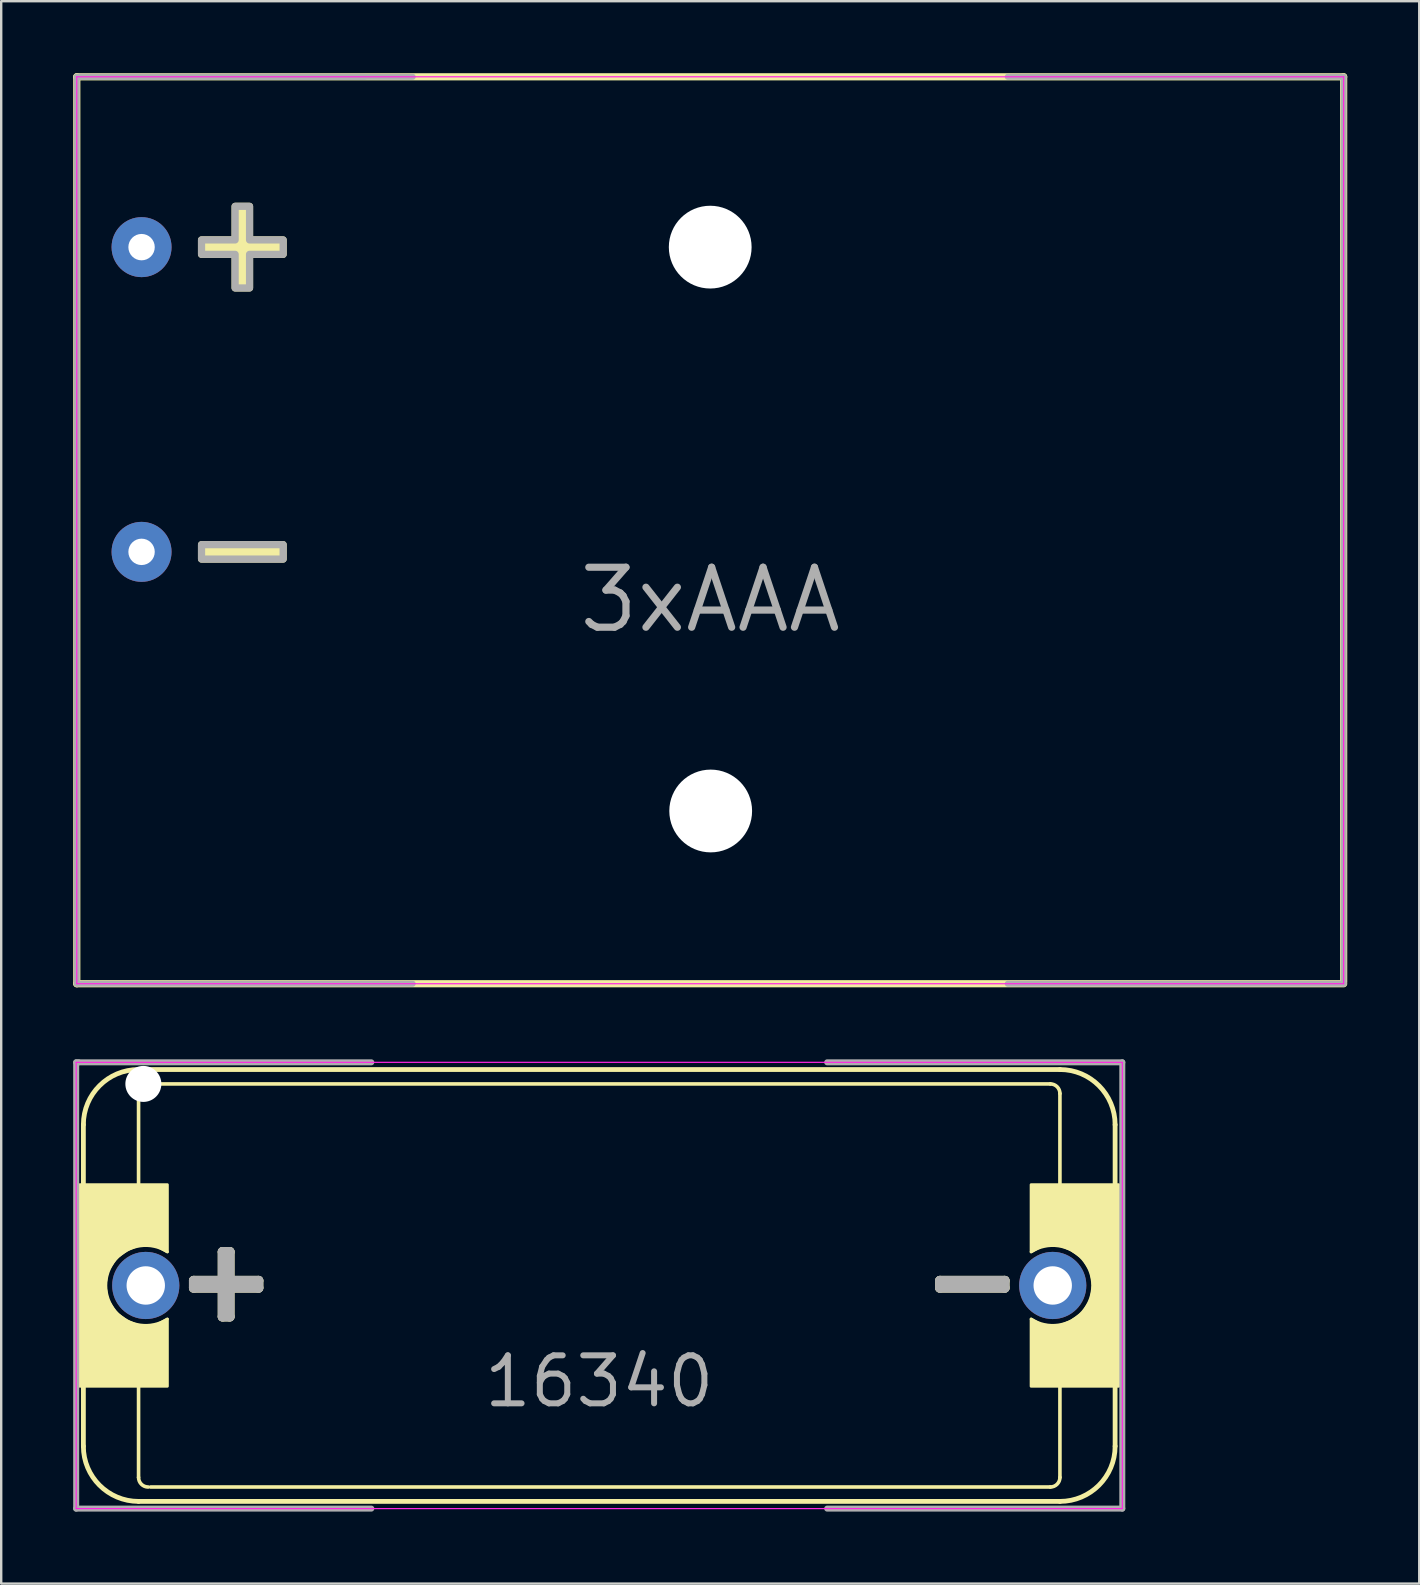
<source format=kicad_pcb>
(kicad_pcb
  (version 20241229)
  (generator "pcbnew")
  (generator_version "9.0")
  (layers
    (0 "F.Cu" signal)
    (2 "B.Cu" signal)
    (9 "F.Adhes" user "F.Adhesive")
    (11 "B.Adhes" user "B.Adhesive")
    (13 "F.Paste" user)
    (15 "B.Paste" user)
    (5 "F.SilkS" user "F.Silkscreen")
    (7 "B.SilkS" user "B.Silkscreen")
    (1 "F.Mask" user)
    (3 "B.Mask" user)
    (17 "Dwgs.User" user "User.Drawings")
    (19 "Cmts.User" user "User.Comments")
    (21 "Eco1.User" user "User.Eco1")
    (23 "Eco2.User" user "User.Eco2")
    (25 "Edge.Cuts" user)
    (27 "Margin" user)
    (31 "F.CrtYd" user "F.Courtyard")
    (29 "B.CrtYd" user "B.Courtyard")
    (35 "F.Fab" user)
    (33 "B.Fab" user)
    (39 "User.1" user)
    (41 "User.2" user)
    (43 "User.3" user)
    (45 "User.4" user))
  (footprint "16340"
    (layer "F.Cu")
    (at 21.925 50.525)
    (property "Reference" "16340" (at 0 4 0) (layer "F.Fab") (effects (font (size 2 2) (thickness 0.25))))
    (attr through_hole)
    (fp_line (start -21.5 -6.7) (end -21.5 6.7) (stroke (width 0.2) (type solid)) (layer "F.SilkS"))
    (fp_line (start -19.2 -8) (end -19.2 -4.2) (stroke (width 0.15) (type solid)) (layer "F.SilkS"))
    (fp_line (start -19.2 4.2) (end -19.2 8) (stroke (width 0.15) (type solid)) (layer "F.SilkS"))
    (fp_line (start -19.2 9) (end 19.2 9) (stroke (width 0.2) (type solid)) (layer "F.SilkS"))
    (fp_line (start -18.8 -8.4) (end 18.8 -8.4) (stroke (width 0.15) (type solid)) (layer "F.SilkS"))
    (fp_line (start -18.7 8.4) (end 18.8 8.4) (stroke (width 0.15) (type solid)) (layer "F.SilkS"))
    (fp_line (start -16.9 -0.2) (end -16.9 0.1) (stroke (width 0.4) (type solid)) (layer "F.SilkS"))
    (fp_line (start -16.9 0.1) (end -14.2 0.1) (stroke (width 0.4) (type solid)) (layer "F.SilkS"))
    (fp_line (start -15.7 -1.4) (end -15.7 1.3) (stroke (width 0.4) (type solid)) (layer "F.SilkS"))
    (fp_line (start -15.7 1.3) (end -15.4 1.3) (stroke (width 0.4) (type solid)) (layer "F.SilkS"))
    (fp_line (start -15.4 -1.4) (end -15.7 -1.4) (stroke (width 0.4) (type solid)) (layer "F.SilkS"))
    (fp_line (start -15.4 1.3) (end -15.4 -1.4) (stroke (width 0.4) (type solid)) (layer "F.SilkS"))
    (fp_line (start -14.2 -0.2) (end -16.9 -0.2) (stroke (width 0.4) (type solid)) (layer "F.SilkS"))
    (fp_line (start -14.2 0.1) (end -14.2 -0.2) (stroke (width 0.4) (type solid)) (layer "F.SilkS"))
    (fp_line (start 14.2 0.1) (end 14.2 -0.2) (stroke (width 0.4) (type solid)) (layer "F.SilkS"))
    (fp_line (start 14.2 0.1) (end 16.9 0.1) (stroke (width 0.4) (type solid)) (layer "F.SilkS"))
    (fp_line (start 16.9 -0.2) (end 14.2 -0.2) (stroke (width 0.4) (type solid)) (layer "F.SilkS"))
    (fp_line (start 16.9 0.1) (end 16.9 -0.2) (stroke (width 0.4) (type solid)) (layer "F.SilkS"))
    (fp_line (start 19.2 -9) (end -19.2 -9) (stroke (width 0.2) (type solid)) (layer "F.SilkS"))
    (fp_line (start 19.2 -8) (end 19.2 -4.2) (stroke (width 0.15) (type solid)) (layer "F.SilkS"))
    (fp_line (start 19.2 4.2) (end 19.2 8) (stroke (width 0.15) (type solid)) (layer "F.SilkS"))
    (fp_line (start 21.5 6.7) (end 21.5 -6.7) (stroke (width 0.2) (type solid)) (layer "F.SilkS"))
    (fp_arc (start -21.5 -6.7) (mid -20.826346 -8.326346) (end -19.2 -9) (stroke (width 0.2) (type solid)) (layer "F.SilkS"))
    (fp_arc (start -19.2 -8) (mid -19.082843 -8.282843) (end -18.8 -8.4) (stroke (width 0.15) (type solid)) (layer "F.SilkS"))
    (fp_arc (start -19.2 9) (mid -20.826346 8.326346) (end -21.5 6.7) (stroke (width 0.2) (type solid)) (layer "F.SilkS"))
    (fp_arc (start -18.8 8.4) (mid -19.082843 8.282843) (end -19.2 8) (stroke (width 0.15) (type solid)) (layer "F.SilkS"))
    (fp_arc (start -18 1.4) (mid -20.564332 0) (end -18.000001 -1.4) (stroke (width 0.12) (type solid)) (layer "F.SilkS"))
    (fp_arc (start 18 -1.4) (mid 20.564332 0) (end 18.000001 1.4) (stroke (width 0.12) (type solid)) (layer "F.SilkS"))
    (fp_arc (start 18.8 -8.4) (mid 19.082843 -8.282843) (end 19.2 -8) (stroke (width 0.15) (type solid)) (layer "F.SilkS"))
    (fp_arc (start 19.2 -9) (mid 20.826346 -8.326346) (end 21.5 -6.7) (stroke (width 0.2) (type solid)) (layer "F.SilkS"))
    (fp_arc (start 19.2 8) (mid 19.082843 8.282843) (end 18.8 8.4) (stroke (width 0.15) (type solid)) (layer "F.SilkS"))
    (fp_arc (start 21.5 6.7) (mid 20.826346 8.326346) (end 19.2 9) (stroke (width 0.2) (type solid)) (layer "F.SilkS"))
    (fp_poly (pts (xy -18 -1.4) (xy -18.45 -1.65) (xy -19.15 -1.7) (xy -19.65 -1.5) (xy -20.15 -1.15) (xy -20.5 -0.6) (xy -20.6 0) (xy -21.65 0) (xy -21.65 -4.2) (xy -18 -4.2)) (stroke (width 0.12) (type solid)) (fill yes) (layer "F.SilkS"))
    (fp_poly (pts (xy -18 1.4) (xy -18.45 1.65) (xy -19.15 1.7) (xy -19.65 1.5) (xy -20.15 1.15) (xy -20.5 0.6) (xy -20.6 0) (xy -21.65 0) (xy -21.65 4.2) (xy -18 4.2)) (stroke (width 0.12) (type solid)) (fill yes) (layer "F.SilkS"))
    (fp_poly (pts (xy 18 -1.4) (xy 18.45 -1.65) (xy 19.15 -1.7) (xy 19.65 -1.5) (xy 20.15 -1.15) (xy 20.5 -0.6) (xy 20.6 0) (xy 21.65 0) (xy 21.65 -4.2) (xy 18 -4.2)) (stroke (width 0.12) (type solid)) (fill yes) (layer "F.SilkS"))
    (fp_poly (pts (xy 18 1.4) (xy 18.45 1.65) (xy 19.15 1.7) (xy 19.65 1.5) (xy 20.15 1.15) (xy 20.5 0.6) (xy 20.6 0) (xy 21.65 0) (xy 21.65 4.2) (xy 18 4.2)) (stroke (width 0.12) (type solid)) (fill yes) (layer "F.SilkS"))
    (fp_line (start -21.8 -9.3) (end 21.8 -9.3) (stroke (width 0.05) (type solid)) (layer "F.CrtYd"))
    (fp_line (start -21.8 9.3) (end -21.8 -9.3) (stroke (width 0.05) (type solid)) (layer "F.CrtYd"))
    (fp_line (start 21.8 -9.3) (end 21.8 9.3) (stroke (width 0.05) (type solid)) (layer "F.CrtYd"))
    (fp_line (start 21.8 9.3) (end -21.8 9.3) (stroke (width 0.05) (type solid)) (layer "F.CrtYd"))
    (fp_line (start -21.8 -9.3) (end -21.8 9.3) (stroke (width 0.25) (type solid)) (layer "F.Fab"))
    (fp_line (start -21.8 9.3) (end -9.5 9.3) (stroke (width 0.25) (type solid)) (layer "F.Fab"))
    (fp_line (start -21.7 -9.3) (end -21.8 -9.3) (stroke (width 0.25) (type solid)) (layer "F.Fab"))
    (fp_line (start -16.9 -0.2) (end -16.9 0.1) (stroke (width 0.4) (type solid)) (layer "F.Fab"))
    (fp_line (start -16.9 0.1) (end -14.2 0.1) (stroke (width 0.4) (type solid)) (layer "F.Fab"))
    (fp_line (start -15.7 -1.4) (end -15.7 1.3) (stroke (width 0.4) (type solid)) (layer "F.Fab"))
    (fp_line (start -15.7 -1.4) (end -15.4 -1.4) (stroke (width 0.4) (type solid)) (layer "F.Fab"))
    (fp_line (start -15.7 1.3) (end -15.4 1.3) (stroke (width 0.4) (type solid)) (layer "F.Fab"))
    (fp_line (start -15.4 1.3) (end -15.4 -1.4) (stroke (width 0.4) (type solid)) (layer "F.Fab"))
    (fp_line (start -14.2 -0.2) (end -16.9 -0.2) (stroke (width 0.4) (type solid)) (layer "F.Fab"))
    (fp_line (start -14.2 0.1) (end -14.2 -0.2) (stroke (width 0.4) (type solid)) (layer "F.Fab"))
    (fp_line (start -9.5 -9.3) (end -21.7 -9.3) (stroke (width 0.25) (type solid)) (layer "F.Fab"))
    (fp_line (start 9.5 -9.3) (end 21.8 -9.3) (stroke (width 0.25) (type solid)) (layer "F.Fab"))
    (fp_line (start 9.5 9.3) (end 21.8 9.3) (stroke (width 0.25) (type solid)) (layer "F.Fab"))
    (fp_line (start 14.2 0.1) (end 14.2 -0.2) (stroke (width 0.4) (type solid)) (layer "F.Fab"))
    (fp_line (start 14.2 0.1) (end 16.9 0.1) (stroke (width 0.4) (type solid)) (layer "F.Fab"))
    (fp_line (start 16.9 -0.2) (end 14.2 -0.2) (stroke (width 0.4) (type solid)) (layer "F.Fab"))
    (fp_line (start 16.9 0.1) (end 16.9 -0.2) (stroke (width 0.4) (type solid)) (layer "F.Fab"))
    (fp_line (start 21.8 -9.3) (end 21.8 9.3) (stroke (width 0.25) (type solid)) (layer "F.Fab"))
    (pad "" np_thru_hole circle (at -19 -8.4) (size 1.5 1.5) (drill 1.5) (layers "*.Cu" "*.Mask"))
    (pad "1" thru_hole circle (at -18.9 0) (size 2.8 2.8) (drill 1.6) (layers "*.Cu" "*.Mask"))
    (pad "2" thru_hole circle (at 18.9 0) (size 2.8 2.8) (drill 1.6) (layers "*.Cu" "*.Mask")))
  (footprint "3xAAA"
    (layer "F.Cu")
    (at 26.55 18.95)
    (property "Reference" "3xAAA" (at 0 3 0) (layer "F.Fab") (effects (font (size 2.5 2.5) (thickness 0.3))))
    (attr through_hole)
    (fp_line (start -26.4 -18.8) (end -26.4 19) (stroke (width 0.3) (type solid)) (layer "F.SilkS"))
    (fp_line (start -26.4 -18.8) (end 26.4 -18.8) (stroke (width 0.3) (type solid)) (layer "F.SilkS"))
    (fp_line (start -26.4 19) (end 26.4 19) (stroke (width 0.3) (type solid)) (layer "F.SilkS"))
    (fp_line (start 26.4 -18.8) (end 26.4 18.92) (stroke (width 0.3) (type solid)) (layer "F.SilkS"))
    (fp_poly (pts (xy -21.2 0.7) (xy -17.8 0.7) (xy -17.8 1.3) (xy -21.2 1.3)) (stroke (width 0.3) (type solid)) (fill yes) (layer "F.SilkS"))
    (fp_poly (pts (xy -21.2 -12) (xy -21.2 -11.4) (xy -19.8 -11.4) (xy -19.8 -10) (xy -19.2 -10) (xy -19.2 -11.4) (xy -17.8 -11.4) (xy -17.8 -12) (xy -19.2 -12) (xy -19.2 -13.4) (xy -19.8 -13.4) (xy -19.8 -12)) (stroke (width 0.3) (type solid)) (fill yes) (layer "F.SilkS"))
    (fp_line (start -26.4 -18.8) (end -26.4 19) (stroke (width 0.05) (type solid)) (layer "F.CrtYd"))
    (fp_line (start -26.4 -18.8) (end 26.4 -18.8) (stroke (width 0.05) (type solid)) (layer "F.CrtYd"))
    (fp_line (start -26.4 19) (end 26.4 19) (stroke (width 0.05) (type solid)) (layer "F.CrtYd"))
    (fp_line (start 26.4 -18.8) (end 26.4 19) (stroke (width 0.05) (type solid)) (layer "F.CrtYd"))
    (fp_line (start -26.4 -18.8) (end -26.4 19) (stroke (width 0.25) (type solid)) (layer "F.Fab"))
    (fp_line (start -26.4 -18.8) (end -14.4 -18.8) (stroke (width 0.25) (type solid)) (layer "F.Fab"))
    (fp_line (start -26.4 -18.8) (end -12.4 -18.8) (stroke (width 0.25) (type solid)) (layer "F.Fab"))
    (fp_line (start -26.4 19) (end -12.4 19) (stroke (width 0.25) (type solid)) (layer "F.Fab"))
    (fp_line (start 12.4 -18.8) (end 26.4 -18.8) (stroke (width 0.25) (type solid)) (layer "F.Fab"))
    (fp_line (start 12.4 19) (end 26.4 19) (stroke (width 0.25) (type solid)) (layer "F.Fab"))
    (fp_line (start 26.4 -18.8) (end 26.4 19) (stroke (width 0.25) (type solid)) (layer "F.Fab"))
    (fp_poly (pts (xy -21.2 0.7) (xy -17.8 0.7) (xy -17.8 1.3) (xy -21.2 1.3)) (stroke (width 0.3) (type solid)) (fill no) (layer "F.Fab"))
    (fp_poly (pts (xy -21.2 -12) (xy -21.2 -11.4) (xy -19.8 -11.4) (xy -19.8 -10) (xy -19.2 -10) (xy -19.2 -11.4) (xy -17.8 -11.4) (xy -17.8 -12) (xy -19.2 -12) (xy -19.2 -13.4) (xy -19.8 -13.4) (xy -19.8 -12)) (stroke (width 0.3) (type solid)) (fill no) (layer "F.Fab"))
    (pad "" np_thru_hole circle (at 0 -11.7) (size 3.45 3.45) (drill 3.45) (layers "*.Cu" "*.Mask"))
    (pad "" np_thru_hole circle (at 0.02 11.8) (size 3.45 3.45) (drill 3.45) (layers "*.Cu" "*.Mask"))
    (pad "1" thru_hole circle (at -23.7 -11.7) (size 2.5 2.5) (drill 1.1) (layers "*.Cu" "*.Mask"))
    (pad "2" thru_hole circle (at -23.7 1) (size 2.5 2.5) (drill 1.1) (layers "*.Cu" "*.Mask")))
  (gr_rect
    (start -3 -3)
    (end 56.1 62.95)
    (stroke (width 0.1) (type default))
    (fill no)
    (layer "Edge.Cuts")))
</source>
